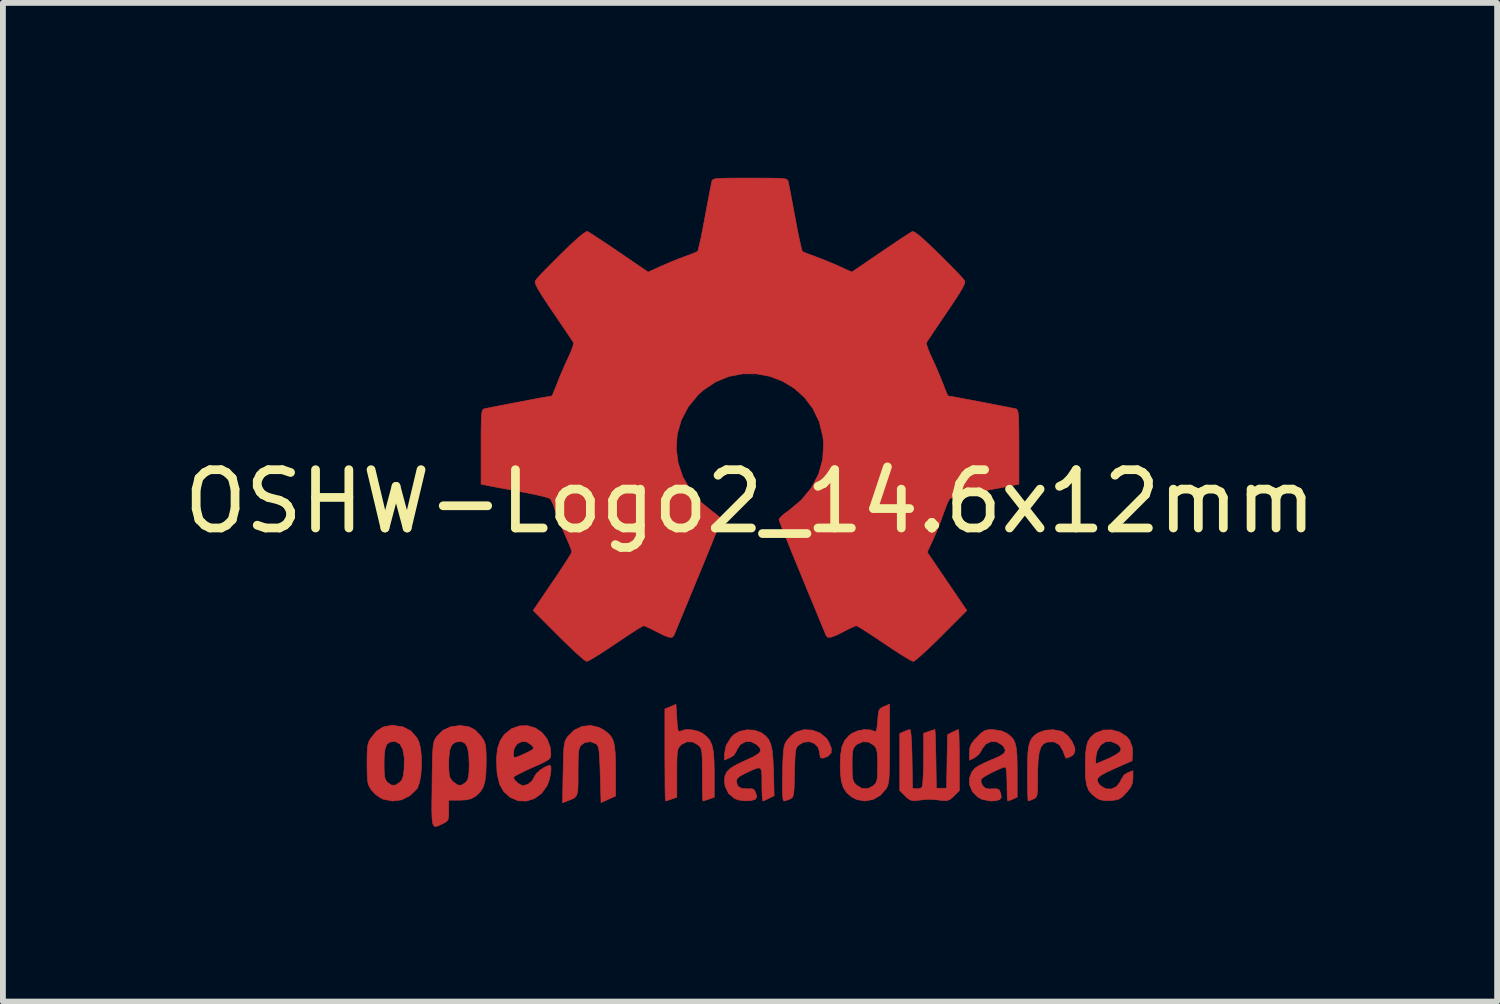
<source format=kicad_pcb>
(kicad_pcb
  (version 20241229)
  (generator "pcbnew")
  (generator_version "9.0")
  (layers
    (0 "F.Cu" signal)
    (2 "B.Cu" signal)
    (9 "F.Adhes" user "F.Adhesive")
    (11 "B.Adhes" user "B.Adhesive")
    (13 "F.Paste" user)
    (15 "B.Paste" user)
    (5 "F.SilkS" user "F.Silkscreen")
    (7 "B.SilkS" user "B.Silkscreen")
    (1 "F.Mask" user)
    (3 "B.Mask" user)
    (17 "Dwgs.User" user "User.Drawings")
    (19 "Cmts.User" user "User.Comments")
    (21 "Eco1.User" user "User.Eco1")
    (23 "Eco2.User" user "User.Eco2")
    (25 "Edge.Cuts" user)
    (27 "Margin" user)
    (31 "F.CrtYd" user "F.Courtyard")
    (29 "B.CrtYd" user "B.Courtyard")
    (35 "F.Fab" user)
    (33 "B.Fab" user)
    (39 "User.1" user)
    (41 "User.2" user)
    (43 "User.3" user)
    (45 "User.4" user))
  (footprint "OSHW-Logo2_14.6x12mm"
    (layer "F.Cu")
    (at 9.815 5.552)
    (property "Reference" "OSHW-Logo2_14.6x12mm" (at 0 0 0) (layer "F.SilkS") (effects (font (size 1 1) (thickness 0.15))))
    (attr exclude_from_pos_files exclude_from_bom)
    (fp_poly (pts (xy 5.336 3.94) (xy 5.371 3.955) (xy 5.454 4.021) (xy 5.525 4.117) (xy 5.569 4.218) (xy 5.576 4.269) (xy 5.552 4.339) (xy 5.5 4.376) (xy 5.443 4.398) (xy 5.417 4.402) (xy 5.405 4.372) (xy 5.38 4.307) (xy 5.369 4.277) (xy 5.308 4.175) (xy 5.219 4.124) (xy 5.105 4.126) (xy 5.097 4.128) (xy 5.036 4.157) (xy 4.991 4.213) (xy 4.961 4.303) (xy 4.943 4.435) (xy 4.935 4.614) (xy 4.934 4.709) (xy 4.934 4.86) (xy 4.931 4.962) (xy 4.925 5.028) (xy 4.912 5.066) (xy 4.892 5.088) (xy 4.861 5.104) (xy 4.86 5.105) (xy 4.801 5.129) (xy 4.772 5.138) (xy 4.768 5.111) (xy 4.764 5.035) (xy 4.761 4.92) (xy 4.759 4.775) (xy 4.759 4.67) (xy 4.761 4.466) (xy 4.767 4.311) (xy 4.782 4.196) (xy 4.806 4.113) (xy 4.842 4.051) (xy 4.893 4.003) (xy 4.943 3.969) (xy 5.063 3.925) (xy 5.204 3.915) (xy 5.336 3.94)) (stroke (width 0.01) (type solid)) (fill yes) (layer "F.Cu"))
    (fp_poly (pts (xy -2.583 3.878) (xy -2.489 3.932) (xy -2.424 3.986) (xy -2.376 4.042) (xy -2.343 4.111) (xy -2.323 4.202) (xy -2.311 4.327) (xy -2.307 4.493) (xy -2.306 4.613) (xy -2.306 5.054) (xy -2.431 5.109) (xy -2.555 5.165) (xy -2.569 4.682) (xy -2.575 4.502) (xy -2.582 4.371) (xy -2.589 4.281) (xy -2.6 4.222) (xy -2.614 4.185) (xy -2.634 4.163) (xy -2.64 4.158) (xy -2.736 4.12) (xy -2.833 4.135) (xy -2.89 4.175) (xy -2.914 4.203) (xy -2.93 4.241) (xy -2.94 4.297) (xy -2.946 4.383) (xy -2.948 4.51) (xy -2.949 4.641) (xy -2.949 4.806) (xy -2.952 4.923) (xy -2.961 5.002) (xy -2.981 5.052) (xy -3.015 5.086) (xy -3.068 5.112) (xy -3.138 5.138) (xy -3.215 5.168) (xy -3.206 4.649) (xy -3.202 4.463) (xy -3.198 4.324) (xy -3.192 4.226) (xy -3.183 4.156) (xy -3.169 4.107) (xy -3.15 4.067) (xy -3.127 4.033) (xy -3.015 3.922) (xy -2.878 3.858) (xy -2.73 3.842) (xy -2.583 3.878)) (stroke (width 0.01) (type solid)) (fill yes) (layer "F.Cu"))
    (fp_poly (pts (xy 1.066 3.922) (xy 1.199 3.971) (xy 1.306 4.057) (xy 1.348 4.118) (xy 1.394 4.23) (xy 1.393 4.311) (xy 1.345 4.365) (xy 1.327 4.375) (xy 1.25 4.403) (xy 1.211 4.396) (xy 1.198 4.348) (xy 1.197 4.321) (xy 1.173 4.223) (xy 1.109 4.154) (xy 1.021 4.12) (xy 0.923 4.129) (xy 0.843 4.172) (xy 0.816 4.197) (xy 0.796 4.227) (xy 0.783 4.273) (xy 0.775 4.343) (xy 0.77 4.45) (xy 0.765 4.602) (xy 0.764 4.65) (xy 0.76 4.815) (xy 0.756 4.931) (xy 0.749 5.008) (xy 0.738 5.055) (xy 0.722 5.082) (xy 0.698 5.098) (xy 0.683 5.105) (xy 0.618 5.13) (xy 0.58 5.138) (xy 0.567 5.111) (xy 0.559 5.029) (xy 0.556 4.89) (xy 0.558 4.694) (xy 0.559 4.664) (xy 0.563 4.485) (xy 0.569 4.355) (xy 0.576 4.262) (xy 0.587 4.198) (xy 0.603 4.151) (xy 0.626 4.111) (xy 0.637 4.094) (xy 0.705 4.019) (xy 0.78 3.961) (xy 0.789 3.956) (xy 0.924 3.915) (xy 1.066 3.922)) (stroke (width 0.01) (type solid)) (fill yes) (layer "F.Cu"))
    (fp_poly (pts (xy 3.58 3.94) (xy 3.585 4.017) (xy 3.588 4.133) (xy 3.59 4.281) (xy 3.591 4.435) (xy 3.591 4.959) (xy 3.499 5.051) (xy 3.435 5.108) (xy 3.379 5.131) (xy 3.303 5.13) (xy 3.272 5.126) (xy 3.178 5.115) (xy 3.099 5.109) (xy 3.08 5.108) (xy 3.016 5.112) (xy 2.924 5.121) (xy 2.888 5.126) (xy 2.8 5.133) (xy 2.741 5.118) (xy 2.683 5.072) (xy 2.662 5.051) (xy 2.569 4.959) (xy 2.569 3.98) (xy 2.644 3.946) (xy 2.708 3.921) (xy 2.745 3.912) (xy 2.755 3.94) (xy 2.764 4.018) (xy 2.771 4.136) (xy 2.777 4.288) (xy 2.78 4.416) (xy 2.788 4.919) (xy 2.858 4.929) (xy 2.921 4.922) (xy 2.952 4.9) (xy 2.961 4.858) (xy 2.968 4.77) (xy 2.974 4.645) (xy 2.977 4.496) (xy 2.977 4.419) (xy 2.978 3.976) (xy 3.07 3.944) (xy 3.135 3.922) (xy 3.17 3.912) (xy 3.171 3.912) (xy 3.175 3.94) (xy 3.179 4.016) (xy 3.183 4.133) (xy 3.186 4.279) (xy 3.189 4.416) (xy 3.197 4.919) (xy 3.372 4.919) (xy 3.38 4.46) (xy 3.388 4.001) (xy 3.474 3.956) (xy 3.537 3.926) (xy 3.574 3.912) (xy 3.575 3.912) (xy 3.58 3.94)) (stroke (width 0.01) (type solid)) (fill yes) (layer "F.Cu"))
    (fp_poly (pts (xy -1.255 3.724) (xy -1.247 3.843) (xy -1.237 3.914) (xy -1.223 3.944) (xy -1.203 3.945) (xy -1.197 3.941) (xy -1.111 3.914) (xy -0.999 3.916) (xy -0.886 3.943) (xy -0.814 3.978) (xy -0.742 4.035) (xy -0.688 4.099) (xy -0.652 4.18) (xy -0.629 4.288) (xy -0.617 4.433) (xy -0.613 4.624) (xy -0.613 4.661) (xy -0.613 5.074) (xy -0.705 5.106) (xy -0.77 5.128) (xy -0.806 5.138) (xy -0.807 5.138) (xy -0.811 5.111) (xy -0.814 5.035) (xy -0.816 4.921) (xy -0.817 4.778) (xy -0.817 4.691) (xy -0.818 4.52) (xy -0.82 4.397) (xy -0.825 4.313) (xy -0.834 4.258) (xy -0.849 4.221) (xy -0.871 4.193) (xy -0.885 4.18) (xy -0.979 4.126) (xy -1.082 4.122) (xy -1.175 4.168) (xy -1.192 4.184) (xy -1.217 4.215) (xy -1.235 4.252) (xy -1.246 4.304) (xy -1.252 4.384) (xy -1.255 4.501) (xy -1.255 4.663) (xy -1.255 5.074) (xy -1.347 5.106) (xy -1.413 5.128) (xy -1.448 5.138) (xy -1.45 5.138) (xy -1.452 5.11) (xy -1.455 5.032) (xy -1.457 4.909) (xy -1.458 4.751) (xy -1.459 4.565) (xy -1.46 4.358) (xy -1.46 4.349) (xy -1.46 3.559) (xy -1.365 3.519) (xy -1.27 3.479) (xy -1.255 3.724)) (stroke (width 0.01) (type solid)) (fill yes) (layer "F.Cu"))
    (fp_poly (pts (xy -5.952 3.866) (xy -5.815 3.938) (xy -5.714 4.054) (xy -5.678 4.128) (xy -5.65 4.24) (xy -5.636 4.381) (xy -5.635 4.535) (xy -5.645 4.686) (xy -5.668 4.816) (xy -5.701 4.91) (xy -5.711 4.926) (xy -5.833 5.046) (xy -5.977 5.118) (xy -6.133 5.139) (xy -6.291 5.107) (xy -6.335 5.087) (xy -6.42 5.027) (xy -6.496 4.947) (xy -6.503 4.937) (xy -6.532 4.888) (xy -6.551 4.836) (xy -6.562 4.767) (xy -6.567 4.669) (xy -6.569 4.528) (xy -6.569 4.496) (xy -6.569 4.486) (xy -6.277 4.486) (xy -6.275 4.619) (xy -6.269 4.708) (xy -6.255 4.765) (xy -6.231 4.804) (xy -6.219 4.817) (xy -6.149 4.867) (xy -6.081 4.865) (xy -6.012 4.822) (xy -5.971 4.775) (xy -5.947 4.708) (xy -5.934 4.601) (xy -5.933 4.589) (xy -5.93 4.396) (xy -5.955 4.253) (xy -6.005 4.16) (xy -6.082 4.119) (xy -6.109 4.117) (xy -6.181 4.128) (xy -6.23 4.167) (xy -6.26 4.242) (xy -6.274 4.361) (xy -6.277 4.486) (xy -6.569 4.486) (xy -6.568 4.346) (xy -6.563 4.241) (xy -6.553 4.168) (xy -6.536 4.114) (xy -6.509 4.067) (xy -6.503 4.058) (xy -6.404 3.939) (xy -6.296 3.87) (xy -6.164 3.843) (xy -6.119 3.841) (xy -5.952 3.866)) (stroke (width 0.01) (type solid)) (fill yes) (layer "F.Cu"))
    (fp_poly (pts (xy 6.343 3.957) (xy 6.459 4.032) (xy 6.515 4.1) (xy 6.559 4.222) (xy 6.562 4.319) (xy 6.554 4.449) (xy 6.255 4.58) (xy 6.11 4.647) (xy 6.015 4.701) (xy 5.965 4.747) (xy 5.957 4.793) (xy 5.984 4.843) (xy 6.014 4.876) (xy 6.102 4.929) (xy 6.198 4.932) (xy 6.286 4.891) (xy 6.351 4.809) (xy 6.362 4.78) (xy 6.418 4.69) (xy 6.482 4.651) (xy 6.569 4.618) (xy 6.569 4.743) (xy 6.561 4.828) (xy 6.531 4.9) (xy 6.468 4.982) (xy 6.458 4.993) (xy 6.388 5.066) (xy 6.327 5.106) (xy 6.251 5.124) (xy 6.188 5.13) (xy 6.075 5.131) (xy 5.995 5.113) (xy 5.945 5.085) (xy 5.867 5.024) (xy 5.812 4.958) (xy 5.778 4.874) (xy 5.759 4.762) (xy 5.752 4.609) (xy 5.752 4.531) (xy 5.754 4.438) (xy 5.93 4.438) (xy 5.932 4.488) (xy 5.937 4.496) (xy 5.971 4.485) (xy 6.043 4.455) (xy 6.14 4.414) (xy 6.16 4.405) (xy 6.282 4.342) (xy 6.35 4.288) (xy 6.364 4.237) (xy 6.329 4.185) (xy 6.3 4.162) (xy 6.194 4.116) (xy 6.095 4.124) (xy 6.013 4.18) (xy 5.956 4.279) (xy 5.937 4.357) (xy 5.93 4.438) (xy 5.754 4.438) (xy 5.755 4.349) (xy 5.769 4.215) (xy 5.797 4.117) (xy 5.842 4.045) (xy 5.907 3.988) (xy 5.935 3.969) (xy 6.065 3.921) (xy 6.206 3.918) (xy 6.343 3.957)) (stroke (width 0.01) (type solid)) (fill yes) (layer "F.Cu"))
    (fp_poly (pts (xy 2.394 4.154) (xy 2.394 4.373) (xy 2.392 4.541) (xy 2.389 4.666) (xy 2.384 4.757) (xy 2.375 4.822) (xy 2.364 4.869) (xy 2.348 4.906) (xy 2.336 4.927) (xy 2.236 5.041) (xy 2.111 5.112) (xy 1.971 5.138) (xy 1.832 5.114) (xy 1.749 5.072) (xy 1.662 4.999) (xy 1.602 4.911) (xy 1.566 4.794) (xy 1.55 4.639) (xy 1.547 4.525) (xy 1.548 4.517) (xy 1.752 4.517) (xy 1.753 4.648) (xy 1.759 4.734) (xy 1.772 4.791) (xy 1.795 4.832) (xy 1.823 4.862) (xy 1.918 4.922) (xy 2.019 4.927) (xy 2.115 4.877) (xy 2.122 4.871) (xy 2.154 4.836) (xy 2.174 4.794) (xy 2.185 4.732) (xy 2.189 4.636) (xy 2.19 4.529) (xy 2.188 4.396) (xy 2.182 4.307) (xy 2.169 4.248) (xy 2.145 4.206) (xy 2.126 4.184) (xy 2.038 4.128) (xy 1.936 4.121) (xy 1.838 4.164) (xy 1.819 4.18) (xy 1.787 4.215) (xy 1.767 4.258) (xy 1.757 4.32) (xy 1.752 4.417) (xy 1.752 4.517) (xy 1.548 4.517) (xy 1.555 4.342) (xy 1.578 4.204) (xy 1.624 4.101) (xy 1.694 4.02) (xy 1.749 3.978) (xy 1.848 3.934) (xy 1.964 3.913) (xy 2.071 3.919) (xy 2.131 3.941) (xy 2.155 3.947) (xy 2.17 3.924) (xy 2.181 3.86) (xy 2.19 3.763) (xy 2.199 3.655) (xy 2.211 3.589) (xy 2.234 3.552) (xy 2.274 3.528) (xy 2.299 3.517) (xy 2.394 3.477) (xy 2.394 4.154)) (stroke (width 0.01) (type solid)) (fill yes) (layer "F.Cu"))
    (fp_poly (pts (xy -3.684 3.885) (xy -3.569 3.962) (xy -3.48 4.074) (xy -3.427 4.216) (xy -3.417 4.321) (xy -3.418 4.365) (xy -3.428 4.398) (xy -3.456 4.428) (xy -3.511 4.461) (xy -3.601 4.505) (xy -3.736 4.565) (xy -3.737 4.565) (xy -3.861 4.622) (xy -3.963 4.673) (xy -4.032 4.711) (xy -4.058 4.733) (xy -4.058 4.733) (xy -4.035 4.78) (xy -3.982 4.831) (xy -3.921 4.868) (xy -3.889 4.876) (xy -3.805 4.85) (xy -3.732 4.786) (xy -3.696 4.716) (xy -3.662 4.664) (xy -3.595 4.605) (xy -3.516 4.554) (xy -3.446 4.527) (xy -3.432 4.525) (xy -3.415 4.55) (xy -3.414 4.614) (xy -3.426 4.701) (xy -3.449 4.793) (xy -3.48 4.873) (xy -3.482 4.877) (xy -3.575 5.007) (xy -3.696 5.095) (xy -3.833 5.139) (xy -3.975 5.134) (xy -4.112 5.077) (xy -4.118 5.073) (xy -4.225 4.975) (xy -4.296 4.848) (xy -4.335 4.682) (xy -4.34 4.635) (xy -4.349 4.413) (xy -4.338 4.31) (xy -4.058 4.31) (xy -4.055 4.375) (xy -4.035 4.393) (xy -3.985 4.379) (xy -3.907 4.346) (xy -3.819 4.304) (xy -3.817 4.303) (xy -3.743 4.264) (xy -3.713 4.238) (xy -3.721 4.211) (xy -3.751 4.175) (xy -3.83 4.123) (xy -3.915 4.119) (xy -3.991 4.157) (xy -4.043 4.23) (xy -4.058 4.31) (xy -4.338 4.31) (xy -4.33 4.236) (xy -4.281 4.096) (xy -4.213 3.997) (xy -4.09 3.898) (xy -3.954 3.849) (xy -3.816 3.846) (xy -3.684 3.885)) (stroke (width 0.01) (type solid)) (fill yes) (layer "F.Cu"))
    (fp_poly (pts (xy 0.08 3.924) (xy 0.194 3.967) (xy 0.196 3.968) (xy 0.266 4.02) (xy 0.319 4.081) (xy 0.355 4.16) (xy 0.38 4.267) (xy 0.394 4.413) (xy 0.403 4.605) (xy 0.404 4.633) (xy 0.414 5.047) (xy 0.325 5.092) (xy 0.261 5.123) (xy 0.222 5.138) (xy 0.22 5.138) (xy 0.214 5.111) (xy 0.208 5.038) (xy 0.205 4.931) (xy 0.204 4.844) (xy 0.204 4.704) (xy 0.198 4.616) (xy 0.176 4.574) (xy 0.128 4.572) (xy 0.045 4.604) (xy -0.08 4.662) (xy -0.172 4.711) (xy -0.22 4.753) (xy -0.234 4.799) (xy -0.234 4.801) (xy -0.211 4.88) (xy -0.143 4.923) (xy -0.039 4.929) (xy 0.036 4.928) (xy 0.076 4.95) (xy 0.1 5.002) (xy 0.115 5.068) (xy 0.094 5.105) (xy 0.087 5.11) (xy 0.014 5.132) (xy -0.087 5.135) (xy -0.192 5.121) (xy -0.266 5.095) (xy -0.368 5.008) (xy -0.426 4.887) (xy -0.438 4.792) (xy -0.429 4.707) (xy -0.397 4.637) (xy -0.334 4.576) (xy -0.232 4.514) (xy -0.082 4.444) (xy -0.073 4.44) (xy 0.062 4.378) (xy 0.145 4.326) (xy 0.181 4.28) (xy 0.173 4.234) (xy 0.126 4.18) (xy 0.112 4.168) (xy 0.017 4.12) (xy -0.081 4.122) (xy -0.166 4.169) (xy -0.223 4.256) (xy -0.228 4.273) (xy -0.279 4.356) (xy -0.344 4.395) (xy -0.438 4.435) (xy -0.438 4.333) (xy -0.409 4.184) (xy -0.325 4.048) (xy -0.28 4.002) (xy -0.18 3.944) (xy -0.052 3.917) (xy 0.08 3.924)) (stroke (width 0.01) (type solid)) (fill yes) (layer "F.Cu"))
    (fp_poly (pts (xy -4.828 3.862) (xy -4.717 3.918) (xy -4.618 4.02) (xy -4.591 4.058) (xy -4.561 4.107) (xy -4.542 4.161) (xy -4.531 4.233) (xy -4.526 4.337) (xy -4.525 4.474) (xy -4.53 4.662) (xy -4.547 4.803) (xy -4.58 4.908) (xy -4.632 4.988) (xy -4.706 5.055) (xy -4.711 5.059) (xy -4.785 5.099) (xy -4.873 5.119) (xy -4.985 5.124) (xy -5.167 5.124) (xy -5.168 5.301) (xy -5.169 5.399) (xy -5.18 5.457) (xy -5.207 5.492) (xy -5.258 5.521) (xy -5.271 5.527) (xy -5.329 5.555) (xy -5.374 5.573) (xy -5.407 5.574) (xy -5.431 5.554) (xy -5.446 5.506) (xy -5.454 5.424) (xy -5.458 5.303) (xy -5.457 5.136) (xy -5.454 4.919) (xy -5.454 4.854) (xy -5.451 4.63) (xy -5.448 4.483) (xy -5.168 4.483) (xy -5.166 4.607) (xy -5.159 4.689) (xy -5.143 4.743) (xy -5.115 4.784) (xy -5.096 4.804) (xy -5.018 4.863) (xy -4.949 4.868) (xy -4.877 4.819) (xy -4.876 4.817) (xy -4.847 4.78) (xy -4.829 4.728) (xy -4.82 4.65) (xy -4.817 4.529) (xy -4.817 4.503) (xy -4.824 4.337) (xy -4.846 4.222) (xy -4.885 4.151) (xy -4.945 4.12) (xy -4.979 4.117) (xy -5.061 4.131) (xy -5.118 4.181) (xy -5.151 4.27) (xy -5.166 4.407) (xy -5.168 4.483) (xy -5.448 4.483) (xy -5.448 4.456) (xy -5.444 4.325) (xy -5.438 4.23) (xy -5.43 4.162) (xy -5.419 4.115) (xy -5.404 4.079) (xy -5.385 4.048) (xy -5.377 4.036) (xy -5.267 3.925) (xy -5.129 3.862) (xy -4.968 3.844) (xy -4.828 3.862)) (stroke (width 0.01) (type solid)) (fill yes) (layer "F.Cu"))
    (fp_poly (pts (xy 4.314 3.935) (xy 4.398 3.973) (xy 4.464 4.02) (xy 4.513 4.072) (xy 4.546 4.138) (xy 4.567 4.23) (xy 4.579 4.355) (xy 4.583 4.525) (xy 4.584 4.636) (xy 4.584 5.071) (xy 4.509 5.105) (xy 4.451 5.129) (xy 4.422 5.138) (xy 4.416 5.111) (xy 4.412 5.038) (xy 4.409 4.931) (xy 4.409 4.846) (xy 4.406 4.724) (xy 4.399 4.627) (xy 4.39 4.567) (xy 4.382 4.554) (xy 4.33 4.567) (xy 4.249 4.601) (xy 4.155 4.645) (xy 4.065 4.694) (xy 3.995 4.737) (xy 3.963 4.767) (xy 3.963 4.767) (xy 3.965 4.822) (xy 3.99 4.874) (xy 4.035 4.917) (xy 4.099 4.931) (xy 4.154 4.929) (xy 4.232 4.928) (xy 4.273 4.946) (xy 4.297 4.995) (xy 4.3 5.004) (xy 4.311 5.073) (xy 4.283 5.114) (xy 4.208 5.134) (xy 4.128 5.138) (xy 3.984 5.111) (xy 3.909 5.072) (xy 3.817 4.98) (xy 3.768 4.868) (xy 3.764 4.749) (xy 3.805 4.638) (xy 3.867 4.569) (xy 3.929 4.53) (xy 4.027 4.481) (xy 4.141 4.431) (xy 4.16 4.424) (xy 4.285 4.369) (xy 4.357 4.32) (xy 4.38 4.272) (xy 4.358 4.217) (xy 4.321 4.175) (xy 4.233 4.123) (xy 4.137 4.119) (xy 4.048 4.159) (xy 3.984 4.239) (xy 3.976 4.26) (xy 3.927 4.336) (xy 3.856 4.393) (xy 3.766 4.439) (xy 3.766 4.308) (xy 3.771 4.227) (xy 3.794 4.164) (xy 3.844 4.096) (xy 3.893 4.044) (xy 3.968 3.97) (xy 4.026 3.931) (xy 4.088 3.915) (xy 4.159 3.912) (xy 4.314 3.935)) (stroke (width 0.01) (type solid)) (fill yes) (layer "F.Cu"))
    (fp_poly (pts (xy 0.209 -5.547) (xy 0.367 -5.546) (xy 0.481 -5.544) (xy 0.559 -5.539) (xy 0.609 -5.532) (xy 0.636 -5.521) (xy 0.65 -5.505) (xy 0.656 -5.484) (xy 0.657 -5.481) (xy 0.667 -5.433) (xy 0.686 -5.337) (xy 0.711 -5.204) (xy 0.741 -5.045) (xy 0.774 -4.868) (xy 0.775 -4.862) (xy 0.807 -4.689) (xy 0.838 -4.537) (xy 0.865 -4.413) (xy 0.885 -4.328) (xy 0.898 -4.291) (xy 0.898 -4.29) (xy 0.935 -4.272) (xy 1.011 -4.242) (xy 1.109 -4.206) (xy 1.109 -4.205) (xy 1.233 -4.159) (xy 1.379 -4.099) (xy 1.517 -4.04) (xy 1.523 -4.037) (xy 1.747 -3.935) (xy 2.244 -4.274) (xy 2.396 -4.377) (xy 2.534 -4.47) (xy 2.649 -4.546) (xy 2.735 -4.601) (xy 2.782 -4.629) (xy 2.786 -4.631) (xy 2.82 -4.621) (xy 2.884 -4.577) (xy 2.98 -4.495) (xy 3.11 -4.373) (xy 3.243 -4.244) (xy 3.372 -4.116) (xy 3.487 -4) (xy 3.581 -3.902) (xy 3.648 -3.829) (xy 3.681 -3.79) (xy 3.682 -3.788) (xy 3.686 -3.76) (xy 3.672 -3.716) (xy 3.638 -3.648) (xy 3.579 -3.551) (xy 3.493 -3.418) (xy 3.378 -3.248) (xy 3.276 -3.097) (xy 3.185 -2.963) (xy 3.11 -2.851) (xy 3.056 -2.771) (xy 3.029 -2.73) (xy 3.028 -2.727) (xy 3.031 -2.687) (xy 3.056 -2.61) (xy 3.098 -2.511) (xy 3.113 -2.479) (xy 3.178 -2.337) (xy 3.247 -2.176) (xy 3.304 -2.036) (xy 3.344 -1.933) (xy 3.377 -1.854) (xy 3.395 -1.813) (xy 3.397 -1.81) (xy 3.432 -1.805) (xy 3.513 -1.791) (xy 3.629 -1.769) (xy 3.771 -1.743) (xy 3.927 -1.713) (xy 4.087 -1.683) (xy 4.239 -1.653) (xy 4.374 -1.627) (xy 4.479 -1.606) (xy 4.546 -1.593) (xy 4.562 -1.589) (xy 4.579 -1.579) (xy 4.591 -1.557) (xy 4.6 -1.516) (xy 4.607 -1.449) (xy 4.61 -1.347) (xy 4.612 -1.204) (xy 4.613 -1.013) (xy 4.613 -0.934) (xy 4.613 -0.296) (xy 4.46 -0.266) (xy 4.374 -0.249) (xy 4.247 -0.225) (xy 4.093 -0.197) (xy 3.929 -0.167) (xy 3.883 -0.158) (xy 3.731 -0.129) (xy 3.598 -0.1) (xy 3.497 -0.074) (xy 3.437 -0.054) (xy 3.427 -0.048) (xy 3.402 -0.005) (xy 3.367 0.076) (xy 3.328 0.182) (xy 3.32 0.204) (xy 3.269 0.345) (xy 3.206 0.504) (xy 3.144 0.646) (xy 3.144 0.647) (xy 3.04 0.87) (xy 3.72 1.87) (xy 3.284 2.307) (xy 3.152 2.437) (xy 3.031 2.552) (xy 2.929 2.645) (xy 2.852 2.711) (xy 2.807 2.742) (xy 2.801 2.744) (xy 2.763 2.729) (xy 2.686 2.684) (xy 2.577 2.617) (xy 2.447 2.533) (xy 2.305 2.438) (xy 2.161 2.341) (xy 2.033 2.257) (xy 1.929 2.19) (xy 1.857 2.147) (xy 1.824 2.131) (xy 1.785 2.144) (xy 1.71 2.179) (xy 1.614 2.227) (xy 1.604 2.233) (xy 1.476 2.297) (xy 1.389 2.328) (xy 1.334 2.329) (xy 1.306 2.3) (xy 1.305 2.299) (xy 1.291 2.264) (xy 1.257 2.182) (xy 1.206 2.059) (xy 1.141 1.9) (xy 1.064 1.714) (xy 0.977 1.505) (xy 0.894 1.302) (xy 0.802 1.079) (xy 0.717 0.872) (xy 0.643 0.688) (xy 0.581 0.533) (xy 0.534 0.414) (xy 0.505 0.336) (xy 0.496 0.307) (xy 0.519 0.274) (xy 0.577 0.221) (xy 0.656 0.163) (xy 0.879 -0.022) (xy 1.053 -0.234) (xy 1.176 -0.468) (xy 1.247 -0.721) (xy 1.262 -0.987) (xy 1.251 -1.109) (xy 1.189 -1.364) (xy 1.082 -1.589) (xy 0.937 -1.782) (xy 0.76 -1.941) (xy 0.559 -2.063) (xy 0.339 -2.147) (xy 0.107 -2.19) (xy -0.13 -2.189) (xy -0.365 -2.144) (xy -0.592 -2.05) (xy -0.804 -1.907) (xy -0.892 -1.827) (xy -1.062 -1.619) (xy -1.18 -1.392) (xy -1.248 -1.153) (xy -1.265 -0.907) (xy -1.233 -0.662) (xy -1.153 -0.424) (xy -1.025 -0.2) (xy -0.851 0.003) (xy -0.656 0.163) (xy -0.574 0.224) (xy -0.517 0.276) (xy -0.496 0.307) (xy -0.507 0.342) (xy -0.538 0.423) (xy -0.586 0.546) (xy -0.649 0.704) (xy -0.725 0.891) (xy -0.81 1.099) (xy -0.894 1.302) (xy -0.986 1.526) (xy -1.072 1.733) (xy -1.148 1.917) (xy -1.212 2.072) (xy -1.262 2.192) (xy -1.294 2.27) (xy -1.306 2.299) (xy -1.334 2.329) (xy -1.388 2.329) (xy -1.476 2.297) (xy -1.603 2.233) (xy -1.604 2.233) (xy -1.701 2.183) (xy -1.778 2.147) (xy -1.822 2.131) (xy -1.824 2.131) (xy -1.857 2.147) (xy -1.93 2.191) (xy -2.035 2.258) (xy -2.163 2.342) (xy -2.305 2.438) (xy -2.45 2.535) (xy -2.58 2.619) (xy -2.688 2.686) (xy -2.764 2.729) (xy -2.801 2.744) (xy -2.835 2.724) (xy -2.902 2.669) (xy -2.997 2.584) (xy -3.112 2.475) (xy -3.242 2.349) (xy -3.284 2.307) (xy -3.72 1.87) (xy -3.388 1.382) (xy -3.287 1.233) (xy -3.198 1.098) (xy -3.127 0.987) (xy -3.078 0.907) (xy -3.056 0.865) (xy -3.056 0.862) (xy -3.067 0.823) (xy -3.098 0.744) (xy -3.143 0.639) (xy -3.174 0.568) (xy -3.233 0.433) (xy -3.289 0.296) (xy -3.332 0.181) (xy -3.343 0.146) (xy -3.376 0.052) (xy -3.409 -0.02) (xy -3.427 -0.048) (xy -3.466 -0.064) (xy -3.552 -0.088) (xy -3.673 -0.116) (xy -3.818 -0.146) (xy -3.883 -0.158) (xy -4.048 -0.189) (xy -4.206 -0.218) (xy -4.343 -0.243) (xy -4.441 -0.262) (xy -4.46 -0.266) (xy -4.613 -0.296) (xy -4.613 -0.934) (xy -4.613 -1.144) (xy -4.611 -1.303) (xy -4.608 -1.418) (xy -4.603 -1.497) (xy -4.595 -1.546) (xy -4.583 -1.573) (xy -4.568 -1.586) (xy -4.562 -1.589) (xy -4.524 -1.597) (xy -4.44 -1.614) (xy -4.321 -1.637) (xy -4.178 -1.665) (xy -4.022 -1.695) (xy -3.862 -1.725) (xy -3.711 -1.754) (xy -3.578 -1.779) (xy -3.475 -1.797) (xy -3.412 -1.808) (xy -3.397 -1.81) (xy -3.385 -1.835) (xy -3.357 -1.902) (xy -3.318 -1.999) (xy -3.304 -2.036) (xy -3.245 -2.182) (xy -3.175 -2.343) (xy -3.113 -2.479) (xy -3.067 -2.582) (xy -3.036 -2.668) (xy -3.026 -2.72) (xy -3.028 -2.727) (xy -3.049 -2.76) (xy -3.098 -2.833) (xy -3.17 -2.939) (xy -3.258 -3.07) (xy -3.359 -3.218) (xy -3.379 -3.247) (xy -3.495 -3.42) (xy -3.581 -3.552) (xy -3.639 -3.648) (xy -3.673 -3.716) (xy -3.686 -3.76) (xy -3.683 -3.787) (xy -3.683 -3.787) (xy -3.654 -3.823) (xy -3.59 -3.893) (xy -3.498 -3.988) (xy -3.385 -4.103) (xy -3.258 -4.23) (xy -3.243 -4.244) (xy -3.083 -4.399) (xy -2.959 -4.513) (xy -2.87 -4.588) (xy -2.812 -4.626) (xy -2.786 -4.631) (xy -2.749 -4.609) (xy -2.671 -4.56) (xy -2.562 -4.488) (xy -2.428 -4.399) (xy -2.279 -4.298) (xy -2.244 -4.274) (xy -1.747 -3.935) (xy -1.523 -4.037) (xy -1.387 -4.096) (xy -1.241 -4.156) (xy -1.115 -4.203) (xy -1.109 -4.205) (xy -1.011 -4.241) (xy -0.935 -4.272) (xy -0.898 -4.29) (xy -0.898 -4.29) (xy -0.886 -4.323) (xy -0.867 -4.405) (xy -0.84 -4.525) (xy -0.81 -4.676) (xy -0.777 -4.848) (xy -0.775 -4.862) (xy -0.742 -5.039) (xy -0.712 -5.199) (xy -0.686 -5.333) (xy -0.667 -5.43) (xy -0.657 -5.481) (xy -0.657 -5.481) (xy -0.651 -5.503) (xy -0.638 -5.519) (xy -0.613 -5.531) (xy -0.566 -5.539) (xy -0.492 -5.543) (xy -0.382 -5.546) (xy -0.229 -5.547) (xy -0.026 -5.547) (xy 0 -5.547) (xy 0.209 -5.547)) (stroke (width 0.01) (type solid)) (fill yes) (layer "F.Cu"))
    (fp_poly (pts (xy 5.336 3.94) (xy 5.371 3.955) (xy 5.454 4.021) (xy 5.525 4.117) (xy 5.569 4.218) (xy 5.576 4.269) (xy 5.552 4.339) (xy 5.5 4.376) (xy 5.443 4.398) (xy 5.417 4.402) (xy 5.405 4.372) (xy 5.38 4.307) (xy 5.369 4.277) (xy 5.308 4.175) (xy 5.219 4.124) (xy 5.105 4.126) (xy 5.097 4.128) (xy 5.036 4.157) (xy 4.991 4.213) (xy 4.961 4.303) (xy 4.943 4.435) (xy 4.935 4.614) (xy 4.934 4.709) (xy 4.934 4.86) (xy 4.931 4.962) (xy 4.925 5.028) (xy 4.912 5.066) (xy 4.892 5.088) (xy 4.861 5.104) (xy 4.86 5.105) (xy 4.801 5.129) (xy 4.772 5.138) (xy 4.768 5.111) (xy 4.764 5.035) (xy 4.761 4.92) (xy 4.759 4.775) (xy 4.759 4.67) (xy 4.761 4.466) (xy 4.767 4.311) (xy 4.782 4.196) (xy 4.806 4.113) (xy 4.842 4.051) (xy 4.893 4.003) (xy 4.943 3.969) (xy 5.063 3.925) (xy 5.204 3.915) (xy 5.336 3.94)) (stroke (width 0.01) (type solid)) (fill yes) (layer "F.Mask"))
    (fp_poly (pts (xy -2.583 3.878) (xy -2.489 3.932) (xy -2.424 3.986) (xy -2.376 4.042) (xy -2.343 4.111) (xy -2.323 4.202) (xy -2.311 4.327) (xy -2.307 4.493) (xy -2.306 4.613) (xy -2.306 5.054) (xy -2.431 5.109) (xy -2.555 5.165) (xy -2.569 4.682) (xy -2.575 4.502) (xy -2.582 4.371) (xy -2.589 4.281) (xy -2.6 4.222) (xy -2.614 4.185) (xy -2.634 4.163) (xy -2.64 4.158) (xy -2.736 4.12) (xy -2.833 4.135) (xy -2.89 4.175) (xy -2.914 4.203) (xy -2.93 4.241) (xy -2.94 4.297) (xy -2.946 4.383) (xy -2.948 4.51) (xy -2.949 4.641) (xy -2.949 4.806) (xy -2.952 4.923) (xy -2.961 5.002) (xy -2.981 5.052) (xy -3.015 5.086) (xy -3.068 5.112) (xy -3.138 5.138) (xy -3.215 5.168) (xy -3.206 4.649) (xy -3.202 4.463) (xy -3.198 4.324) (xy -3.192 4.226) (xy -3.183 4.156) (xy -3.169 4.107) (xy -3.15 4.067) (xy -3.127 4.033) (xy -3.015 3.922) (xy -2.878 3.858) (xy -2.73 3.842) (xy -2.583 3.878)) (stroke (width 0.01) (type solid)) (fill yes) (layer "F.Mask"))
    (fp_poly (pts (xy 1.066 3.922) (xy 1.199 3.971) (xy 1.306 4.057) (xy 1.348 4.118) (xy 1.394 4.23) (xy 1.393 4.311) (xy 1.345 4.365) (xy 1.327 4.375) (xy 1.25 4.403) (xy 1.211 4.396) (xy 1.198 4.348) (xy 1.197 4.321) (xy 1.173 4.223) (xy 1.109 4.154) (xy 1.021 4.12) (xy 0.923 4.129) (xy 0.843 4.172) (xy 0.816 4.197) (xy 0.796 4.227) (xy 0.783 4.273) (xy 0.775 4.343) (xy 0.77 4.45) (xy 0.765 4.602) (xy 0.764 4.65) (xy 0.76 4.815) (xy 0.756 4.931) (xy 0.749 5.008) (xy 0.738 5.055) (xy 0.722 5.082) (xy 0.698 5.098) (xy 0.683 5.105) (xy 0.618 5.13) (xy 0.58 5.138) (xy 0.567 5.111) (xy 0.559 5.029) (xy 0.556 4.89) (xy 0.558 4.694) (xy 0.559 4.664) (xy 0.563 4.485) (xy 0.569 4.355) (xy 0.576 4.262) (xy 0.587 4.198) (xy 0.603 4.151) (xy 0.626 4.111) (xy 0.637 4.094) (xy 0.705 4.019) (xy 0.78 3.961) (xy 0.789 3.956) (xy 0.924 3.915) (xy 1.066 3.922)) (stroke (width 0.01) (type solid)) (fill yes) (layer "F.Mask"))
    (fp_poly (pts (xy 3.58 3.94) (xy 3.585 4.017) (xy 3.588 4.133) (xy 3.59 4.281) (xy 3.591 4.435) (xy 3.591 4.959) (xy 3.499 5.051) (xy 3.435 5.108) (xy 3.379 5.131) (xy 3.303 5.13) (xy 3.272 5.126) (xy 3.178 5.115) (xy 3.099 5.109) (xy 3.08 5.108) (xy 3.016 5.112) (xy 2.924 5.121) (xy 2.888 5.126) (xy 2.8 5.133) (xy 2.741 5.118) (xy 2.683 5.072) (xy 2.662 5.051) (xy 2.569 4.959) (xy 2.569 3.98) (xy 2.644 3.946) (xy 2.708 3.921) (xy 2.745 3.912) (xy 2.755 3.94) (xy 2.764 4.018) (xy 2.771 4.136) (xy 2.777 4.288) (xy 2.78 4.416) (xy 2.788 4.919) (xy 2.858 4.929) (xy 2.921 4.922) (xy 2.952 4.9) (xy 2.961 4.858) (xy 2.968 4.77) (xy 2.974 4.645) (xy 2.977 4.496) (xy 2.977 4.419) (xy 2.978 3.976) (xy 3.07 3.944) (xy 3.135 3.922) (xy 3.17 3.912) (xy 3.171 3.912) (xy 3.175 3.94) (xy 3.179 4.016) (xy 3.183 4.133) (xy 3.186 4.279) (xy 3.189 4.416) (xy 3.197 4.919) (xy 3.372 4.919) (xy 3.38 4.46) (xy 3.388 4.001) (xy 3.474 3.956) (xy 3.537 3.926) (xy 3.574 3.912) (xy 3.575 3.912) (xy 3.58 3.94)) (stroke (width 0.01) (type solid)) (fill yes) (layer "F.Mask"))
    (fp_poly (pts (xy -1.255 3.724) (xy -1.247 3.843) (xy -1.237 3.914) (xy -1.223 3.944) (xy -1.203 3.945) (xy -1.197 3.941) (xy -1.111 3.914) (xy -0.999 3.916) (xy -0.886 3.943) (xy -0.814 3.978) (xy -0.742 4.035) (xy -0.688 4.099) (xy -0.652 4.18) (xy -0.629 4.288) (xy -0.617 4.433) (xy -0.613 4.624) (xy -0.613 4.661) (xy -0.613 5.074) (xy -0.705 5.106) (xy -0.77 5.128) (xy -0.806 5.138) (xy -0.807 5.138) (xy -0.811 5.111) (xy -0.814 5.035) (xy -0.816 4.921) (xy -0.817 4.778) (xy -0.817 4.691) (xy -0.818 4.52) (xy -0.82 4.397) (xy -0.825 4.313) (xy -0.834 4.258) (xy -0.849 4.221) (xy -0.871 4.193) (xy -0.885 4.18) (xy -0.979 4.126) (xy -1.082 4.122) (xy -1.175 4.168) (xy -1.192 4.184) (xy -1.217 4.215) (xy -1.235 4.252) (xy -1.246 4.304) (xy -1.252 4.384) (xy -1.255 4.501) (xy -1.255 4.663) (xy -1.255 5.074) (xy -1.347 5.106) (xy -1.413 5.128) (xy -1.448 5.138) (xy -1.45 5.138) (xy -1.452 5.11) (xy -1.455 5.032) (xy -1.457 4.909) (xy -1.458 4.751) (xy -1.459 4.565) (xy -1.46 4.358) (xy -1.46 4.349) (xy -1.46 3.559) (xy -1.365 3.519) (xy -1.27 3.479) (xy -1.255 3.724)) (stroke (width 0.01) (type solid)) (fill yes) (layer "F.Mask"))
    (fp_poly (pts (xy -5.952 3.866) (xy -5.815 3.938) (xy -5.714 4.054) (xy -5.678 4.128) (xy -5.65 4.24) (xy -5.636 4.381) (xy -5.635 4.535) (xy -5.645 4.686) (xy -5.668 4.816) (xy -5.701 4.91) (xy -5.711 4.926) (xy -5.833 5.046) (xy -5.977 5.118) (xy -6.133 5.139) (xy -6.291 5.107) (xy -6.335 5.087) (xy -6.42 5.027) (xy -6.496 4.947) (xy -6.503 4.937) (xy -6.532 4.888) (xy -6.551 4.836) (xy -6.562 4.767) (xy -6.567 4.669) (xy -6.569 4.528) (xy -6.569 4.496) (xy -6.569 4.486) (xy -6.277 4.486) (xy -6.275 4.619) (xy -6.269 4.708) (xy -6.255 4.765) (xy -6.231 4.804) (xy -6.219 4.817) (xy -6.149 4.867) (xy -6.081 4.865) (xy -6.012 4.822) (xy -5.971 4.775) (xy -5.947 4.708) (xy -5.934 4.601) (xy -5.933 4.589) (xy -5.93 4.396) (xy -5.955 4.253) (xy -6.005 4.16) (xy -6.082 4.119) (xy -6.109 4.117) (xy -6.181 4.128) (xy -6.23 4.167) (xy -6.26 4.242) (xy -6.274 4.361) (xy -6.277 4.486) (xy -6.569 4.486) (xy -6.568 4.346) (xy -6.563 4.241) (xy -6.553 4.168) (xy -6.536 4.114) (xy -6.509 4.067) (xy -6.503 4.058) (xy -6.404 3.939) (xy -6.296 3.87) (xy -6.164 3.843) (xy -6.119 3.841) (xy -5.952 3.866)) (stroke (width 0.01) (type solid)) (fill yes) (layer "F.Mask"))
    (fp_poly (pts (xy 6.343 3.957) (xy 6.459 4.032) (xy 6.515 4.1) (xy 6.559 4.222) (xy 6.562 4.319) (xy 6.554 4.449) (xy 6.255 4.58) (xy 6.11 4.647) (xy 6.015 4.701) (xy 5.965 4.747) (xy 5.957 4.793) (xy 5.984 4.843) (xy 6.014 4.876) (xy 6.102 4.929) (xy 6.198 4.932) (xy 6.286 4.891) (xy 6.351 4.809) (xy 6.362 4.78) (xy 6.418 4.69) (xy 6.482 4.651) (xy 6.569 4.618) (xy 6.569 4.743) (xy 6.561 4.828) (xy 6.531 4.9) (xy 6.468 4.982) (xy 6.458 4.993) (xy 6.388 5.066) (xy 6.327 5.106) (xy 6.251 5.124) (xy 6.188 5.13) (xy 6.075 5.131) (xy 5.995 5.113) (xy 5.945 5.085) (xy 5.867 5.024) (xy 5.812 4.958) (xy 5.778 4.874) (xy 5.759 4.762) (xy 5.752 4.609) (xy 5.752 4.531) (xy 5.754 4.438) (xy 5.93 4.438) (xy 5.932 4.488) (xy 5.937 4.496) (xy 5.971 4.485) (xy 6.043 4.455) (xy 6.14 4.414) (xy 6.16 4.405) (xy 6.282 4.342) (xy 6.35 4.288) (xy 6.364 4.237) (xy 6.329 4.185) (xy 6.3 4.162) (xy 6.194 4.116) (xy 6.095 4.124) (xy 6.013 4.18) (xy 5.956 4.279) (xy 5.937 4.357) (xy 5.93 4.438) (xy 5.754 4.438) (xy 5.755 4.349) (xy 5.769 4.215) (xy 5.797 4.117) (xy 5.842 4.045) (xy 5.907 3.988) (xy 5.935 3.969) (xy 6.065 3.921) (xy 6.206 3.918) (xy 6.343 3.957)) (stroke (width 0.01) (type solid)) (fill yes) (layer "F.Mask"))
    (fp_poly (pts (xy 2.394 4.154) (xy 2.394 4.373) (xy 2.392 4.541) (xy 2.389 4.666) (xy 2.384 4.757) (xy 2.375 4.822) (xy 2.364 4.869) (xy 2.348 4.906) (xy 2.336 4.927) (xy 2.236 5.041) (xy 2.111 5.112) (xy 1.971 5.138) (xy 1.832 5.114) (xy 1.749 5.072) (xy 1.662 4.999) (xy 1.602 4.911) (xy 1.566 4.794) (xy 1.55 4.639) (xy 1.547 4.525) (xy 1.548 4.517) (xy 1.752 4.517) (xy 1.753 4.648) (xy 1.759 4.734) (xy 1.772 4.791) (xy 1.795 4.832) (xy 1.823 4.862) (xy 1.918 4.922) (xy 2.019 4.927) (xy 2.115 4.877) (xy 2.122 4.871) (xy 2.154 4.836) (xy 2.174 4.794) (xy 2.185 4.732) (xy 2.189 4.636) (xy 2.19 4.529) (xy 2.188 4.396) (xy 2.182 4.307) (xy 2.169 4.248) (xy 2.145 4.206) (xy 2.126 4.184) (xy 2.038 4.128) (xy 1.936 4.121) (xy 1.838 4.164) (xy 1.819 4.18) (xy 1.787 4.215) (xy 1.767 4.258) (xy 1.757 4.32) (xy 1.752 4.417) (xy 1.752 4.517) (xy 1.548 4.517) (xy 1.555 4.342) (xy 1.578 4.204) (xy 1.624 4.101) (xy 1.694 4.02) (xy 1.749 3.978) (xy 1.848 3.934) (xy 1.964 3.913) (xy 2.071 3.919) (xy 2.131 3.941) (xy 2.155 3.947) (xy 2.17 3.924) (xy 2.181 3.86) (xy 2.19 3.763) (xy 2.199 3.655) (xy 2.211 3.589) (xy 2.234 3.552) (xy 2.274 3.528) (xy 2.299 3.517) (xy 2.394 3.477) (xy 2.394 4.154)) (stroke (width 0.01) (type solid)) (fill yes) (layer "F.Mask"))
    (fp_poly (pts (xy -3.684 3.885) (xy -3.569 3.962) (xy -3.48 4.074) (xy -3.427 4.216) (xy -3.417 4.321) (xy -3.418 4.365) (xy -3.428 4.398) (xy -3.456 4.428) (xy -3.511 4.461) (xy -3.601 4.505) (xy -3.736 4.565) (xy -3.737 4.565) (xy -3.861 4.622) (xy -3.963 4.673) (xy -4.032 4.711) (xy -4.058 4.733) (xy -4.058 4.733) (xy -4.035 4.78) (xy -3.982 4.831) (xy -3.921 4.868) (xy -3.889 4.876) (xy -3.805 4.85) (xy -3.732 4.786) (xy -3.696 4.716) (xy -3.662 4.664) (xy -3.595 4.605) (xy -3.516 4.554) (xy -3.446 4.527) (xy -3.432 4.525) (xy -3.415 4.55) (xy -3.414 4.614) (xy -3.426 4.701) (xy -3.449 4.793) (xy -3.48 4.873) (xy -3.482 4.877) (xy -3.575 5.007) (xy -3.696 5.095) (xy -3.833 5.139) (xy -3.975 5.134) (xy -4.112 5.077) (xy -4.118 5.073) (xy -4.225 4.975) (xy -4.296 4.848) (xy -4.335 4.682) (xy -4.34 4.635) (xy -4.349 4.413) (xy -4.338 4.31) (xy -4.058 4.31) (xy -4.055 4.375) (xy -4.035 4.393) (xy -3.985 4.379) (xy -3.907 4.346) (xy -3.819 4.304) (xy -3.817 4.303) (xy -3.743 4.264) (xy -3.713 4.238) (xy -3.721 4.211) (xy -3.751 4.175) (xy -3.83 4.123) (xy -3.915 4.119) (xy -3.991 4.157) (xy -4.043 4.23) (xy -4.058 4.31) (xy -4.338 4.31) (xy -4.33 4.236) (xy -4.281 4.096) (xy -4.213 3.997) (xy -4.09 3.898) (xy -3.954 3.849) (xy -3.816 3.846) (xy -3.684 3.885)) (stroke (width 0.01) (type solid)) (fill yes) (layer "F.Mask"))
    (fp_poly (pts (xy 0.08 3.924) (xy 0.194 3.967) (xy 0.196 3.968) (xy 0.266 4.02) (xy 0.319 4.081) (xy 0.355 4.16) (xy 0.38 4.267) (xy 0.394 4.413) (xy 0.403 4.605) (xy 0.404 4.633) (xy 0.414 5.047) (xy 0.325 5.092) (xy 0.261 5.123) (xy 0.222 5.138) (xy 0.22 5.138) (xy 0.214 5.111) (xy 0.208 5.038) (xy 0.205 4.931) (xy 0.204 4.844) (xy 0.204 4.704) (xy 0.198 4.616) (xy 0.176 4.574) (xy 0.128 4.572) (xy 0.045 4.604) (xy -0.08 4.662) (xy -0.172 4.711) (xy -0.22 4.753) (xy -0.234 4.799) (xy -0.234 4.801) (xy -0.211 4.88) (xy -0.143 4.923) (xy -0.039 4.929) (xy 0.036 4.928) (xy 0.076 4.95) (xy 0.1 5.002) (xy 0.115 5.068) (xy 0.094 5.105) (xy 0.087 5.11) (xy 0.014 5.132) (xy -0.087 5.135) (xy -0.192 5.121) (xy -0.266 5.095) (xy -0.368 5.008) (xy -0.426 4.887) (xy -0.438 4.792) (xy -0.429 4.707) (xy -0.397 4.637) (xy -0.334 4.576) (xy -0.232 4.514) (xy -0.082 4.444) (xy -0.073 4.44) (xy 0.062 4.378) (xy 0.145 4.326) (xy 0.181 4.28) (xy 0.173 4.234) (xy 0.126 4.18) (xy 0.112 4.168) (xy 0.017 4.12) (xy -0.081 4.122) (xy -0.166 4.169) (xy -0.223 4.256) (xy -0.228 4.273) (xy -0.279 4.356) (xy -0.344 4.395) (xy -0.438 4.435) (xy -0.438 4.333) (xy -0.409 4.184) (xy -0.325 4.048) (xy -0.28 4.002) (xy -0.18 3.944) (xy -0.052 3.917) (xy 0.08 3.924)) (stroke (width 0.01) (type solid)) (fill yes) (layer "F.Mask"))
    (fp_poly (pts (xy -4.828 3.862) (xy -4.717 3.918) (xy -4.618 4.02) (xy -4.591 4.058) (xy -4.561 4.107) (xy -4.542 4.161) (xy -4.531 4.233) (xy -4.526 4.337) (xy -4.525 4.474) (xy -4.53 4.662) (xy -4.547 4.803) (xy -4.58 4.908) (xy -4.632 4.988) (xy -4.706 5.055) (xy -4.711 5.059) (xy -4.785 5.099) (xy -4.873 5.119) (xy -4.985 5.124) (xy -5.167 5.124) (xy -5.168 5.301) (xy -5.169 5.399) (xy -5.18 5.457) (xy -5.207 5.492) (xy -5.258 5.521) (xy -5.271 5.527) (xy -5.329 5.555) (xy -5.374 5.573) (xy -5.407 5.574) (xy -5.431 5.554) (xy -5.446 5.506) (xy -5.454 5.424) (xy -5.458 5.303) (xy -5.457 5.136) (xy -5.454 4.919) (xy -5.454 4.854) (xy -5.451 4.63) (xy -5.448 4.483) (xy -5.168 4.483) (xy -5.166 4.607) (xy -5.159 4.689) (xy -5.143 4.743) (xy -5.115 4.784) (xy -5.096 4.804) (xy -5.018 4.863) (xy -4.949 4.868) (xy -4.877 4.819) (xy -4.876 4.817) (xy -4.847 4.78) (xy -4.829 4.728) (xy -4.82 4.65) (xy -4.817 4.529) (xy -4.817 4.503) (xy -4.824 4.337) (xy -4.846 4.222) (xy -4.885 4.151) (xy -4.945 4.12) (xy -4.979 4.117) (xy -5.061 4.131) (xy -5.118 4.181) (xy -5.151 4.27) (xy -5.166 4.407) (xy -5.168 4.483) (xy -5.448 4.483) (xy -5.448 4.456) (xy -5.444 4.325) (xy -5.438 4.23) (xy -5.43 4.162) (xy -5.419 4.115) (xy -5.404 4.079) (xy -5.385 4.048) (xy -5.377 4.036) (xy -5.267 3.925) (xy -5.129 3.862) (xy -4.968 3.844) (xy -4.828 3.862)) (stroke (width 0.01) (type solid)) (fill yes) (layer "F.Mask"))
    (fp_poly (pts (xy 4.314 3.935) (xy 4.398 3.973) (xy 4.464 4.02) (xy 4.513 4.072) (xy 4.546 4.138) (xy 4.567 4.23) (xy 4.579 4.355) (xy 4.583 4.525) (xy 4.584 4.636) (xy 4.584 5.071) (xy 4.509 5.105) (xy 4.451 5.129) (xy 4.422 5.138) (xy 4.416 5.111) (xy 4.412 5.038) (xy 4.409 4.931) (xy 4.409 4.846) (xy 4.406 4.724) (xy 4.399 4.627) (xy 4.39 4.567) (xy 4.382 4.554) (xy 4.33 4.567) (xy 4.249 4.601) (xy 4.155 4.645) (xy 4.065 4.694) (xy 3.995 4.737) (xy 3.963 4.767) (xy 3.963 4.767) (xy 3.965 4.822) (xy 3.99 4.874) (xy 4.035 4.917) (xy 4.099 4.931) (xy 4.154 4.929) (xy 4.232 4.928) (xy 4.273 4.946) (xy 4.297 4.995) (xy 4.3 5.004) (xy 4.311 5.073) (xy 4.283 5.114) (xy 4.208 5.134) (xy 4.128 5.138) (xy 3.984 5.111) (xy 3.909 5.072) (xy 3.817 4.98) (xy 3.768 4.868) (xy 3.764 4.749) (xy 3.805 4.638) (xy 3.867 4.569) (xy 3.929 4.53) (xy 4.027 4.481) (xy 4.141 4.431) (xy 4.16 4.424) (xy 4.285 4.369) (xy 4.357 4.32) (xy 4.38 4.272) (xy 4.358 4.217) (xy 4.321 4.175) (xy 4.233 4.123) (xy 4.137 4.119) (xy 4.048 4.159) (xy 3.984 4.239) (xy 3.976 4.26) (xy 3.927 4.336) (xy 3.856 4.393) (xy 3.766 4.439) (xy 3.766 4.308) (xy 3.771 4.227) (xy 3.794 4.164) (xy 3.844 4.096) (xy 3.893 4.044) (xy 3.968 3.97) (xy 4.026 3.931) (xy 4.088 3.915) (xy 4.159 3.912) (xy 4.314 3.935)) (stroke (width 0.01) (type solid)) (fill yes) (layer "F.Mask"))
    (fp_poly (pts (xy 0.209 -5.547) (xy 0.367 -5.546) (xy 0.481 -5.544) (xy 0.559 -5.539) (xy 0.609 -5.532) (xy 0.636 -5.521) (xy 0.65 -5.505) (xy 0.656 -5.484) (xy 0.657 -5.481) (xy 0.667 -5.433) (xy 0.686 -5.337) (xy 0.711 -5.204) (xy 0.741 -5.045) (xy 0.774 -4.868) (xy 0.775 -4.862) (xy 0.807 -4.689) (xy 0.838 -4.537) (xy 0.865 -4.413) (xy 0.885 -4.328) (xy 0.898 -4.291) (xy 0.898 -4.29) (xy 0.935 -4.272) (xy 1.011 -4.242) (xy 1.109 -4.206) (xy 1.109 -4.205) (xy 1.233 -4.159) (xy 1.379 -4.099) (xy 1.517 -4.04) (xy 1.523 -4.037) (xy 1.747 -3.935) (xy 2.244 -4.274) (xy 2.396 -4.377) (xy 2.534 -4.47) (xy 2.649 -4.546) (xy 2.735 -4.601) (xy 2.782 -4.629) (xy 2.786 -4.631) (xy 2.82 -4.621) (xy 2.884 -4.577) (xy 2.98 -4.495) (xy 3.11 -4.373) (xy 3.243 -4.244) (xy 3.372 -4.116) (xy 3.487 -4) (xy 3.581 -3.902) (xy 3.648 -3.829) (xy 3.681 -3.79) (xy 3.682 -3.788) (xy 3.686 -3.76) (xy 3.672 -3.716) (xy 3.638 -3.648) (xy 3.579 -3.551) (xy 3.493 -3.418) (xy 3.378 -3.248) (xy 3.276 -3.097) (xy 3.185 -2.963) (xy 3.11 -2.851) (xy 3.056 -2.771) (xy 3.029 -2.73) (xy 3.028 -2.727) (xy 3.031 -2.687) (xy 3.056 -2.61) (xy 3.098 -2.511) (xy 3.113 -2.479) (xy 3.178 -2.337) (xy 3.247 -2.176) (xy 3.304 -2.036) (xy 3.344 -1.933) (xy 3.377 -1.854) (xy 3.395 -1.813) (xy 3.397 -1.81) (xy 3.432 -1.805) (xy 3.513 -1.791) (xy 3.629 -1.769) (xy 3.771 -1.743) (xy 3.927 -1.713) (xy 4.087 -1.683) (xy 4.239 -1.653) (xy 4.374 -1.627) (xy 4.479 -1.606) (xy 4.546 -1.593) (xy 4.562 -1.589) (xy 4.579 -1.579) (xy 4.591 -1.557) (xy 4.6 -1.516) (xy 4.607 -1.449) (xy 4.61 -1.347) (xy 4.612 -1.204) (xy 4.613 -1.013) (xy 4.613 -0.934) (xy 4.613 -0.296) (xy 4.46 -0.266) (xy 4.374 -0.249) (xy 4.247 -0.225) (xy 4.093 -0.197) (xy 3.929 -0.167) (xy 3.883 -0.158) (xy 3.731 -0.129) (xy 3.598 -0.1) (xy 3.497 -0.074) (xy 3.437 -0.054) (xy 3.427 -0.048) (xy 3.402 -0.005) (xy 3.367 0.076) (xy 3.328 0.182) (xy 3.32 0.204) (xy 3.269 0.345) (xy 3.206 0.504) (xy 3.144 0.646) (xy 3.144 0.647) (xy 3.04 0.87) (xy 3.72 1.87) (xy 3.284 2.307) (xy 3.152 2.437) (xy 3.031 2.552) (xy 2.929 2.645) (xy 2.852 2.711) (xy 2.807 2.742) (xy 2.801 2.744) (xy 2.763 2.729) (xy 2.686 2.684) (xy 2.577 2.617) (xy 2.447 2.533) (xy 2.305 2.438) (xy 2.161 2.341) (xy 2.033 2.257) (xy 1.929 2.19) (xy 1.857 2.147) (xy 1.824 2.131) (xy 1.785 2.144) (xy 1.71 2.179) (xy 1.614 2.227) (xy 1.604 2.233) (xy 1.476 2.297) (xy 1.389 2.328) (xy 1.334 2.329) (xy 1.306 2.3) (xy 1.305 2.299) (xy 1.291 2.264) (xy 1.257 2.182) (xy 1.206 2.059) (xy 1.141 1.9) (xy 1.064 1.714) (xy 0.977 1.505) (xy 0.894 1.302) (xy 0.802 1.079) (xy 0.717 0.872) (xy 0.643 0.688) (xy 0.581 0.533) (xy 0.534 0.414) (xy 0.505 0.336) (xy 0.496 0.307) (xy 0.519 0.274) (xy 0.577 0.221) (xy 0.656 0.163) (xy 0.879 -0.022) (xy 1.053 -0.234) (xy 1.176 -0.468) (xy 1.247 -0.721) (xy 1.262 -0.987) (xy 1.251 -1.109) (xy 1.189 -1.364) (xy 1.082 -1.589) (xy 0.937 -1.782) (xy 0.76 -1.941) (xy 0.559 -2.063) (xy 0.339 -2.147) (xy 0.107 -2.19) (xy -0.13 -2.189) (xy -0.365 -2.144) (xy -0.592 -2.05) (xy -0.804 -1.907) (xy -0.892 -1.827) (xy -1.062 -1.619) (xy -1.18 -1.392) (xy -1.248 -1.153) (xy -1.265 -0.907) (xy -1.233 -0.662) (xy -1.153 -0.424) (xy -1.025 -0.2) (xy -0.851 0.003) (xy -0.656 0.163) (xy -0.574 0.224) (xy -0.517 0.276) (xy -0.496 0.307) (xy -0.507 0.342) (xy -0.538 0.423) (xy -0.586 0.546) (xy -0.649 0.704) (xy -0.725 0.891) (xy -0.81 1.099) (xy -0.894 1.302) (xy -0.986 1.526) (xy -1.072 1.733) (xy -1.148 1.917) (xy -1.212 2.072) (xy -1.262 2.192) (xy -1.294 2.27) (xy -1.306 2.299) (xy -1.334 2.329) (xy -1.388 2.329) (xy -1.476 2.297) (xy -1.603 2.233) (xy -1.604 2.233) (xy -1.701 2.183) (xy -1.778 2.147) (xy -1.822 2.131) (xy -1.824 2.131) (xy -1.857 2.147) (xy -1.93 2.191) (xy -2.035 2.258) (xy -2.163 2.342) (xy -2.305 2.438) (xy -2.45 2.535) (xy -2.58 2.619) (xy -2.688 2.686) (xy -2.764 2.729) (xy -2.801 2.744) (xy -2.835 2.724) (xy -2.902 2.669) (xy -2.997 2.584) (xy -3.112 2.475) (xy -3.242 2.349) (xy -3.284 2.307) (xy -3.72 1.87) (xy -3.388 1.382) (xy -3.287 1.233) (xy -3.198 1.098) (xy -3.127 0.987) (xy -3.078 0.907) (xy -3.056 0.865) (xy -3.056 0.862) (xy -3.067 0.823) (xy -3.098 0.744) (xy -3.143 0.639) (xy -3.174 0.568) (xy -3.233 0.433) (xy -3.289 0.296) (xy -3.332 0.181) (xy -3.343 0.146) (xy -3.376 0.052) (xy -3.409 -0.02) (xy -3.427 -0.048) (xy -3.466 -0.064) (xy -3.552 -0.088) (xy -3.673 -0.116) (xy -3.818 -0.146) (xy -3.883 -0.158) (xy -4.048 -0.189) (xy -4.206 -0.218) (xy -4.343 -0.243) (xy -4.441 -0.262) (xy -4.46 -0.266) (xy -4.613 -0.296) (xy -4.613 -0.934) (xy -4.613 -1.144) (xy -4.611 -1.303) (xy -4.608 -1.418) (xy -4.603 -1.497) (xy -4.595 -1.546) (xy -4.583 -1.573) (xy -4.568 -1.586) (xy -4.562 -1.589) (xy -4.524 -1.597) (xy -4.44 -1.614) (xy -4.321 -1.637) (xy -4.178 -1.665) (xy -4.022 -1.695) (xy -3.862 -1.725) (xy -3.711 -1.754) (xy -3.578 -1.779) (xy -3.475 -1.797) (xy -3.412 -1.808) (xy -3.397 -1.81) (xy -3.385 -1.835) (xy -3.357 -1.902) (xy -3.318 -1.999) (xy -3.304 -2.036) (xy -3.245 -2.182) (xy -3.175 -2.343) (xy -3.113 -2.479) (xy -3.067 -2.582) (xy -3.036 -2.668) (xy -3.026 -2.72) (xy -3.028 -2.727) (xy -3.049 -2.76) (xy -3.098 -2.833) (xy -3.17 -2.939) (xy -3.258 -3.07) (xy -3.359 -3.218) (xy -3.379 -3.247) (xy -3.495 -3.42) (xy -3.581 -3.552) (xy -3.639 -3.648) (xy -3.673 -3.716) (xy -3.686 -3.76) (xy -3.683 -3.787) (xy -3.683 -3.787) (xy -3.654 -3.823) (xy -3.59 -3.893) (xy -3.498 -3.988) (xy -3.385 -4.103) (xy -3.258 -4.23) (xy -3.243 -4.244) (xy -3.083 -4.399) (xy -2.959 -4.513) (xy -2.87 -4.588) (xy -2.812 -4.626) (xy -2.786 -4.631) (xy -2.749 -4.609) (xy -2.671 -4.56) (xy -2.562 -4.488) (xy -2.428 -4.399) (xy -2.279 -4.298) (xy -2.244 -4.274) (xy -1.747 -3.935) (xy -1.523 -4.037) (xy -1.387 -4.096) (xy -1.241 -4.156) (xy -1.115 -4.203) (xy -1.109 -4.205) (xy -1.011 -4.241) (xy -0.935 -4.272) (xy -0.898 -4.29) (xy -0.898 -4.29) (xy -0.886 -4.323) (xy -0.867 -4.405) (xy -0.84 -4.525) (xy -0.81 -4.676) (xy -0.777 -4.848) (xy -0.775 -4.862) (xy -0.742 -5.039) (xy -0.712 -5.199) (xy -0.686 -5.333) (xy -0.667 -5.43) (xy -0.657 -5.481) (xy -0.657 -5.481) (xy -0.651 -5.503) (xy -0.638 -5.519) (xy -0.613 -5.531) (xy -0.566 -5.539) (xy -0.492 -5.543) (xy -0.382 -5.546) (xy -0.229 -5.547) (xy -0.026 -5.547) (xy 0 -5.547) (xy 0.209 -5.547)) (stroke (width 0.01) (type solid)) (fill yes) (layer "F.Mask")))
  (gr_rect
    (start -3 -3)
    (end 22.631 14.131)
    (stroke (width 0.1) (type default))
    (fill no)
    (layer "Edge.Cuts")))
</source>
